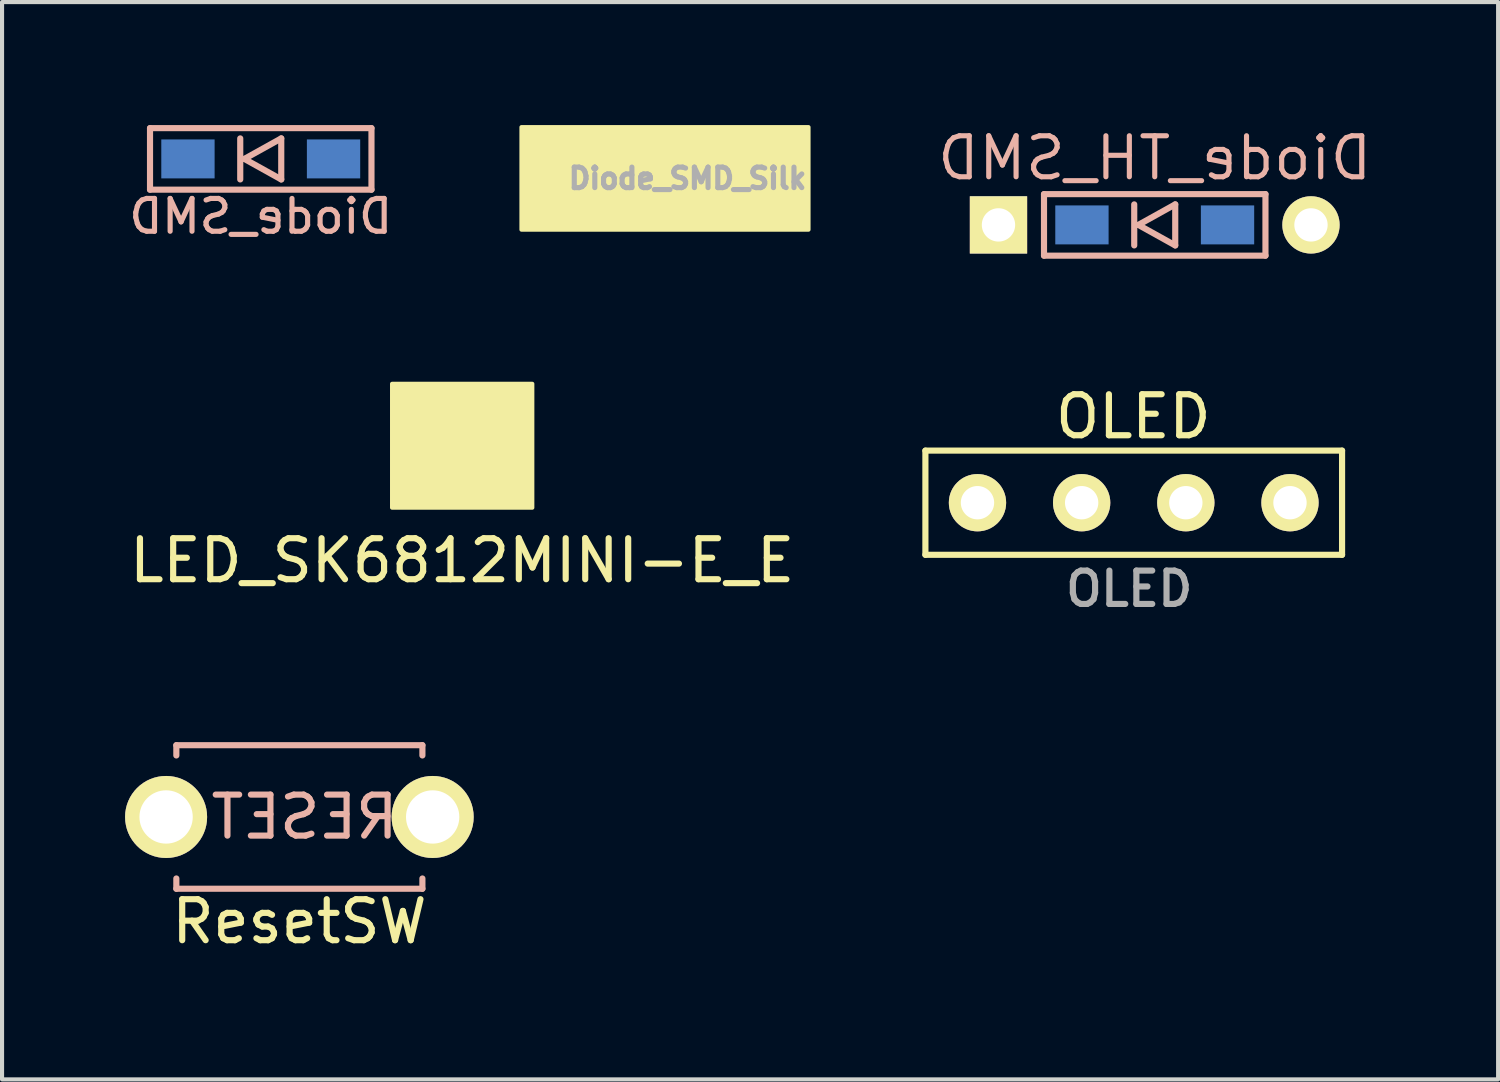
<source format=kicad_pcb>
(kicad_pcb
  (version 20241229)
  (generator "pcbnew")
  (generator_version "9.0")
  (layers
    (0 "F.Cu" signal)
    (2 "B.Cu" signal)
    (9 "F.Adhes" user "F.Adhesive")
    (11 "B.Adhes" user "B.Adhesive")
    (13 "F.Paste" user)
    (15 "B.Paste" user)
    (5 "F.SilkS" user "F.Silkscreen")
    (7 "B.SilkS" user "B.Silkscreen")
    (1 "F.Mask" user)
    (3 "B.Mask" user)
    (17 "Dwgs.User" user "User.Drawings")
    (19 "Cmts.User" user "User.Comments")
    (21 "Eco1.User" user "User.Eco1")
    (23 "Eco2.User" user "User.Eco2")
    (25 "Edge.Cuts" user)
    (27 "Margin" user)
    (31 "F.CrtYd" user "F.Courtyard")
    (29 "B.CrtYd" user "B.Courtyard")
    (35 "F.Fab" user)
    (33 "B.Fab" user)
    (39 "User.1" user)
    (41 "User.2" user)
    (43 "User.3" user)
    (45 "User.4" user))
  (footprint "LED_SK6812MINI-E_E"
    (layer "F.Cu")
    (at 8.22 7.819)
    (property "Reference" "LED_SK6812MINI-E_E" (at 0 2.8 0) (layer "F.SilkS") (effects (font (size 1 1) (thickness 0.15))))
    (attr through_hole)
    (fp_poly (pts (xy 1.71 1.51) (xy -1.71 1.51) (xy -1.71 -1.51) (xy 1.71 -1.51)) (stroke (width 0.1) (type solid)) (fill yes) (layer "F.SilkS")))
  (footprint "ResetSW"
    (layer "F.Cu")
    (at 4.25 16.871)
    (property "Reference" "ResetSW" (at 0 2.55 0) (layer "F.SilkS") (effects (font (size 1 1) (thickness 0.15))))
    (attr through_hole)
    (fp_line (start -3 -1.75) (end 3 -1.75) (stroke (width 0.15) (type solid)) (layer "B.SilkS"))
    (fp_line (start -3 -1.5) (end -3 -1.75) (stroke (width 0.15) (type solid)) (layer "B.SilkS"))
    (fp_line (start -3 1.75) (end -3 1.5) (stroke (width 0.15) (type solid)) (layer "B.SilkS"))
    (fp_line (start 3 -1.75) (end 3 -1.5) (stroke (width 0.15) (type solid)) (layer "B.SilkS"))
    (fp_line (start 3 1.5) (end 3 1.75) (stroke (width 0.15) (type solid)) (layer "B.SilkS"))
    (fp_line (start 3 1.75) (end -3 1.75) (stroke (width 0.15) (type solid)) (layer "B.SilkS"))
    (fp_text user "RESET" (at 0.127 0 0) (layer "B.SilkS") (effects (font (size 1 1) (thickness 0.15)) (justify mirror)))
    (pad "1" thru_hole circle (at 3.25 0) (size 2 2) (drill 1.3) (layers "*.Cu" "*.Mask" "F.SilkS"))
    (pad "2" thru_hole circle (at -3.25 0) (size 2 2) (drill 1.3) (layers "*.Cu" "*.Mask" "F.SilkS")))
  (footprint "Diode_SMD"
    (layer "F.Cu")
    (at 3.308 0.825)
    (property "Reference" "Diode_SMD" (at 0 1.4 0) (layer "B.SilkS") (effects (font (size 0.8 0.8) (thickness 0.125)) (justify mirror)))
    (attr through_hole)
    (fp_line (start -2.7 -0.75) (end -2.7 0.75) (stroke (width 0.15) (type solid)) (layer "B.SilkS"))
    (fp_line (start -2.7 0.75) (end 2.7 0.75) (stroke (width 0.15) (type solid)) (layer "B.SilkS"))
    (fp_line (start -0.5 -0.5) (end -0.5 0.5) (stroke (width 0.15) (type solid)) (layer "B.SilkS"))
    (fp_line (start -0.4 0) (end 0.5 -0.5) (stroke (width 0.15) (type solid)) (layer "B.SilkS"))
    (fp_line (start 0.5 -0.5) (end 0.5 0.5) (stroke (width 0.15) (type solid)) (layer "B.SilkS"))
    (fp_line (start 0.5 0.5) (end -0.4 0) (stroke (width 0.15) (type solid)) (layer "B.SilkS"))
    (fp_line (start 2.7 -0.75) (end -2.7 -0.75) (stroke (width 0.15) (type solid)) (layer "B.SilkS"))
    (fp_line (start 2.7 0.75) (end 2.7 -0.75) (stroke (width 0.15) (type solid)) (layer "B.SilkS"))
    (pad "1" smd rect (at -1.775 0) (size 1.3 0.95) (layers "B.Cu" "B.Mask" "B.Paste"))
    (pad "2" smd rect (at 1.775 0) (size 1.3 0.95) (layers "B.Cu" "B.Mask" "B.Paste")))
  (footprint "OLED"
    (layer "F.Cu")
    (at 20.785 9.208)
    (property "Reference" "OLED" (at 3.7 2.1 180) (layer "F.Fab") (effects (font (size 0.813 0.813) (thickness 0.15))))
    (attr through_hole)
    (fp_line (start -1.27 -1.27) (end 8.89 -1.27) (stroke (width 0.15) (type solid)) (layer "F.SilkS"))
    (fp_line (start -1.27 1.27) (end -1.27 -1.27) (stroke (width 0.15) (type solid)) (layer "F.SilkS"))
    (fp_line (start -1.27 1.27) (end 8.89 1.27) (stroke (width 0.15) (type solid)) (layer "F.SilkS"))
    (fp_line (start 8.89 -1.27) (end 8.89 1.27) (stroke (width 0.15) (type solid)) (layer "F.SilkS"))
    (fp_text user "OLED" (at 3.8 -2.1 0) (layer "F.SilkS") (effects (font (size 1 1) (thickness 0.15))))
    (pad "1" thru_hole circle (at 0 0) (size 1.397 1.397) (drill 0.813) (layers "*.Cu" "*.Mask" "F.SilkS"))
    (pad "2" thru_hole circle (at 2.54 0) (size 1.397 1.397) (drill 0.813) (layers "*.Cu" "*.Mask" "F.SilkS"))
    (pad "3" thru_hole circle (at 5.08 0) (size 1.397 1.397) (drill 0.813) (layers "*.Cu" "*.Mask" "F.SilkS"))
    (pad "4" thru_hole circle (at 7.62 0) (size 1.397 1.397) (drill 0.813) (layers "*.Cu" "*.Mask" "F.SilkS")))
  (footprint "Diode_TH_SMD"
    (layer "F.Cu")
    (at 25.107 2.434)
    (property "Reference" "Diode_TH_SMD" (at 0 -1.63 0) (layer "B.SilkS") (effects (font (size 1 1) (thickness 0.125)) (justify mirror)))
    (attr through_hole)
    (fp_line (start -2.7 -0.75) (end -2.7 0.75) (stroke (width 0.15) (type solid)) (layer "B.SilkS"))
    (fp_line (start -2.7 0.75) (end 2.7 0.75) (stroke (width 0.15) (type solid)) (layer "B.SilkS"))
    (fp_line (start -0.5 -0.5) (end -0.5 0.5) (stroke (width 0.15) (type solid)) (layer "B.SilkS"))
    (fp_line (start -0.4 0) (end 0.5 -0.5) (stroke (width 0.15) (type solid)) (layer "B.SilkS"))
    (fp_line (start 0.5 -0.5) (end 0.5 0.5) (stroke (width 0.15) (type solid)) (layer "B.SilkS"))
    (fp_line (start 0.5 0.5) (end -0.4 0) (stroke (width 0.15) (type solid)) (layer "B.SilkS"))
    (fp_line (start 2.7 -0.75) (end -2.7 -0.75) (stroke (width 0.15) (type solid)) (layer "B.SilkS"))
    (fp_line (start 2.7 0.75) (end 2.7 -0.75) (stroke (width 0.15) (type solid)) (layer "B.SilkS"))
    (pad "1" thru_hole rect (at -3.81 0) (size 1.397 1.397) (drill 0.813) (layers "*.Cu" "*.Mask" "F.SilkS"))
    (pad "1" smd rect (at -1.775 0) (size 1.3 0.95) (layers "B.Cu" "B.Mask" "B.Paste"))
    (pad "2" smd rect (at 1.775 0) (size 1.3 0.95) (layers "B.Cu" "B.Mask" "B.Paste"))
    (pad "2" thru_hole circle (at 3.81 0) (size 1.397 1.397) (drill 0.813) (layers "*.Cu" "*.Mask" "F.SilkS")))
  (footprint "Diode_SMD_Silk"
    (layer "F.Cu")
    (at 13.165 1.3)
    (property "Reference" "Diode_SMD_Silk" (at 0.55 0 0) (layer "F.Fab") (effects (font (size 0.5 0.5) (thickness 0.125))))
    (attr through_hole)
    (fp_poly (pts (xy 3.5 1.25) (xy -3.5 1.25) (xy -3.5 -1.25) (xy 3.5 -1.25)) (stroke (width 0.1) (type solid)) (fill yes) (layer "F.SilkS")))
  (gr_rect
    (start -3 -3)
    (end 33.48 23.27)
    (stroke (width 0.1) (type default))
    (fill no)
    (layer "Edge.Cuts")))
</source>
